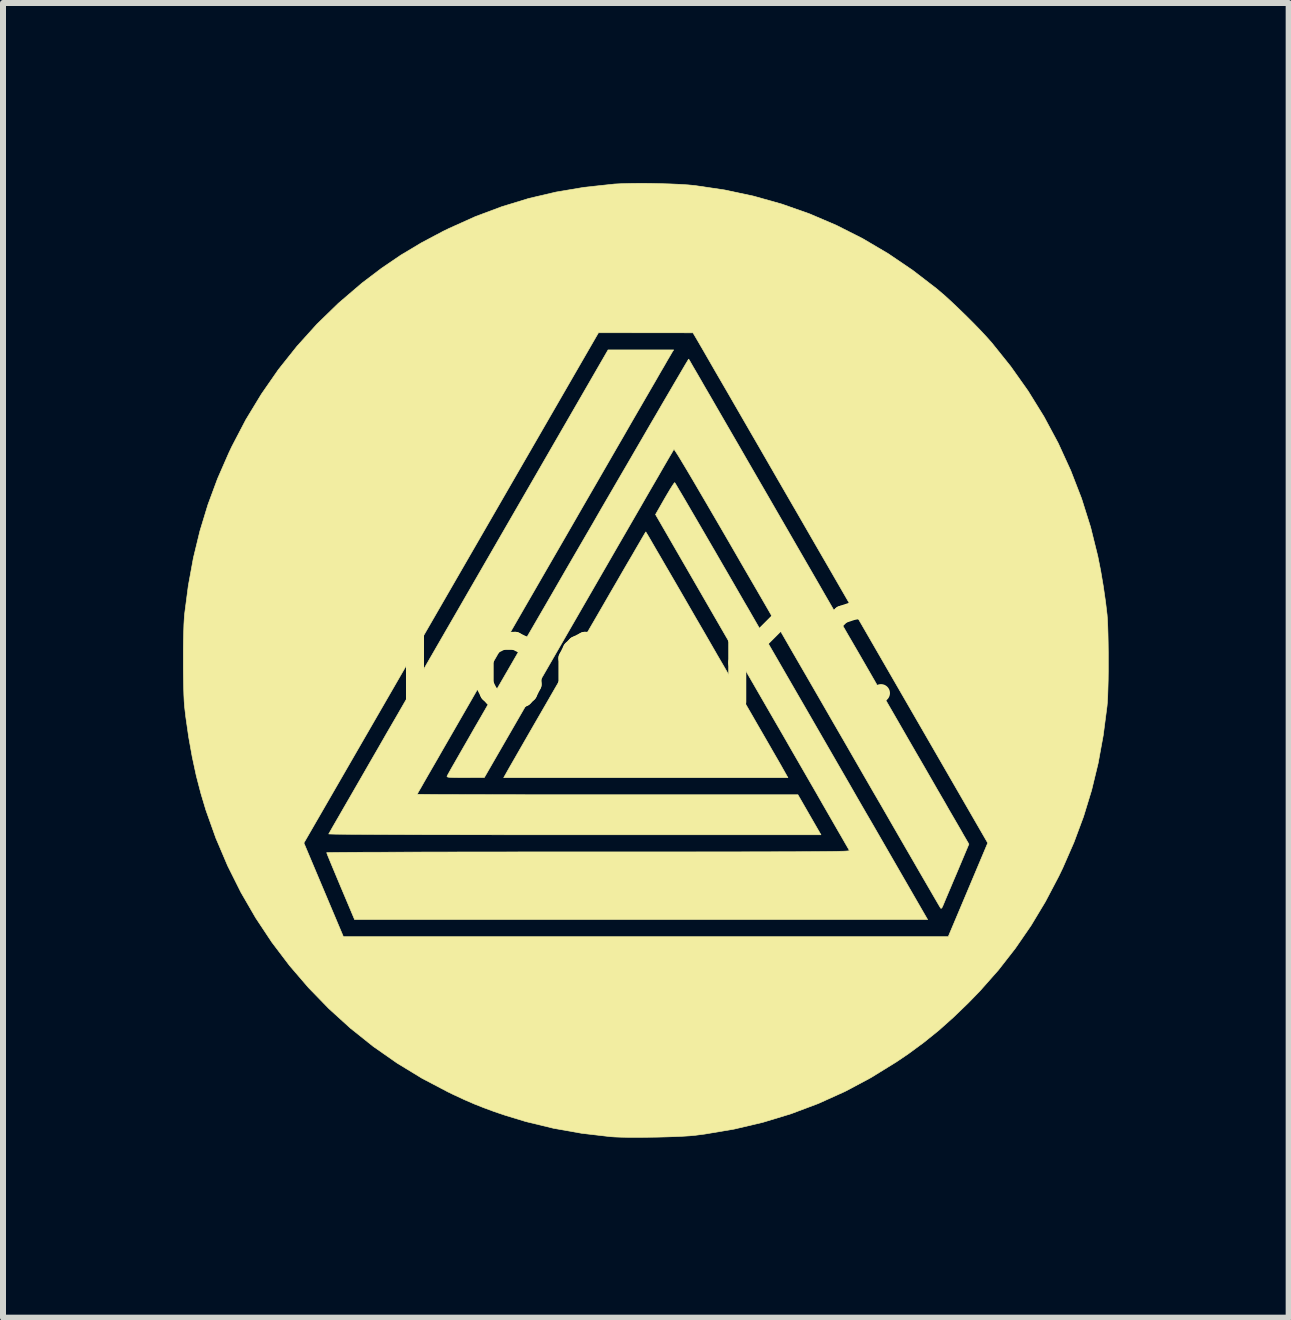
<source format=kicad_pcb>
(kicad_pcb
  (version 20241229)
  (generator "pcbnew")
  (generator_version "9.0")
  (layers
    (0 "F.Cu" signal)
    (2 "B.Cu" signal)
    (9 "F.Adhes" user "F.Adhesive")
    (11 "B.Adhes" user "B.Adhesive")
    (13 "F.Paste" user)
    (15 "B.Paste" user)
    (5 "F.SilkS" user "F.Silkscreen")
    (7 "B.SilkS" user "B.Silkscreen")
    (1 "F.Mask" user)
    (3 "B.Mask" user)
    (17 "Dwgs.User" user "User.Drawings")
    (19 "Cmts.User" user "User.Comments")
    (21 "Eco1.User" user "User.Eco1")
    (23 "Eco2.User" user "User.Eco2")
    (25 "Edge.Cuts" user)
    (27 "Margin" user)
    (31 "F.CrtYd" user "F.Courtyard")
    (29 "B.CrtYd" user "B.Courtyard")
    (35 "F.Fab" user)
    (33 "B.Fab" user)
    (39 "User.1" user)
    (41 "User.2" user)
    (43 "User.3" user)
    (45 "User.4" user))
  (footprint "LogoKC"
    (layer "F.Cu")
    (at 7.712 7.956)
    (property "Reference" "LogoKC" (at 0 0 0) (layer "F.SilkS") (effects (font (size 1.524 1.524) (thickness 0.3))))
    (attr through_hole)
    (fp_poly (pts (xy 0.008 -2.129) (xy 0.032 -2.09) (xy 0.069 -2.027) (xy 0.118 -1.942) (xy 0.179 -1.837) (xy 0.251 -1.714) (xy 0.332 -1.574) (xy 0.422 -1.42) (xy 0.519 -1.253) (xy 0.622 -1.075) (xy 0.73 -0.888) (xy 0.842 -0.694) (xy 0.958 -0.495) (xy 1.075 -0.292) (xy 1.193 -0.087) (xy 1.312 0.117) (xy 1.428 0.319) (xy 1.543 0.518) (xy 1.654 0.71) (xy 1.761 0.895) (xy 1.862 1.071) (xy 1.957 1.235) (xy 2.044 1.386) (xy 2.122 1.522) (xy 2.191 1.641) (xy 2.249 1.742) (xy 2.294 1.822) (xy 2.315 1.859) (xy 2.368 1.953) (xy -2.368 1.953) (xy -2.315 1.859) (xy -2.279 1.795) (xy -2.229 1.708) (xy -2.168 1.602) (xy -2.097 1.478) (xy -2.016 1.337) (xy -1.927 1.182) (xy -1.83 1.014) (xy -1.727 0.836) (xy -1.619 0.649) (xy -1.507 0.454) (xy -1.391 0.255) (xy -1.274 0.052) (xy -1.156 -0.152) (xy -1.038 -0.356) (xy -0.921 -0.558) (xy -0.806 -0.756) (xy -0.695 -0.948) (xy -0.589 -1.132) (xy -0.487 -1.307) (xy -0.393 -1.47) (xy -0.306 -1.62) (xy -0.227 -1.754) (xy -0.159 -1.872) (xy -0.101 -1.971) (xy -0.056 -2.049) (xy -0.023 -2.105) (xy -0.004 -2.136) (xy 0 -2.142) (xy 0.008 -2.129)) (stroke (width 0.01) (type solid)) (fill yes) (layer "F.SilkS"))
    (fp_poly (pts (xy 0.441 -5.14) (xy 0.43 -5.121) (xy 0.404 -5.076) (xy 0.363 -5.007) (xy 0.31 -4.914) (xy 0.243 -4.8) (xy 0.166 -4.665) (xy 0.077 -4.512) (xy -0.022 -4.341) (xy -0.131 -4.153) (xy -0.248 -3.951) (xy -0.372 -3.735) (xy -0.504 -3.507) (xy -0.642 -3.268) (xy -0.785 -3.02) (xy -0.933 -2.764) (xy -1.085 -2.501) (xy -1.239 -2.233) (xy -1.396 -1.961) (xy -1.555 -1.686) (xy -1.714 -1.411) (xy -1.873 -1.135) (xy -2.031 -0.862) (xy -2.187 -0.591) (xy -2.341 -0.324) (xy -2.491 -0.063) (xy -2.637 0.19) (xy -2.779 0.436) (xy -2.914 0.671) (xy -3.043 0.895) (xy -3.165 1.107) (xy -3.279 1.305) (xy -3.384 1.487) (xy -3.479 1.653) (xy -3.564 1.8) (xy -3.638 1.928) (xy -3.7 2.036) (xy -3.748 2.121) (xy -3.784 2.182) (xy -3.804 2.219) (xy -3.81 2.229) (xy -3.794 2.23) (xy -3.749 2.231) (xy -3.674 2.232) (xy -3.572 2.233) (xy -3.444 2.234) (xy -3.293 2.234) (xy -3.118 2.235) (xy -2.922 2.236) (xy -2.707 2.236) (xy -2.473 2.237) (xy -2.223 2.237) (xy -1.957 2.238) (xy -1.678 2.238) (xy -1.386 2.238) (xy -1.084 2.238) (xy -0.772 2.238) (xy -0.637 2.238) (xy 2.535 2.238) (xy 2.727 2.572) (xy 2.919 2.905) (xy -1.185 2.905) (xy -1.587 2.905) (xy -1.974 2.905) (xy -2.345 2.905) (xy -2.698 2.904) (xy -3.033 2.904) (xy -3.349 2.903) (xy -3.645 2.903) (xy -3.919 2.902) (xy -4.171 2.901) (xy -4.401 2.9) (xy -4.606 2.899) (xy -4.785 2.898) (xy -4.939 2.897) (xy -5.066 2.896) (xy -5.165 2.895) (xy -5.234 2.893) (xy -5.274 2.892) (xy -5.284 2.891) (xy -5.275 2.876) (xy -5.252 2.835) (xy -5.214 2.768) (xy -5.162 2.678) (xy -5.096 2.564) (xy -5.018 2.428) (xy -4.927 2.271) (xy -4.825 2.094) (xy -4.712 1.898) (xy -4.589 1.684) (xy -4.456 1.454) (xy -4.315 1.208) (xy -4.164 0.948) (xy -4.006 0.674) (xy -3.841 0.388) (xy -3.669 0.09) (xy -3.492 -0.217) (xy -3.309 -0.534) (xy -3.121 -0.859) (xy -2.954 -1.149) (xy -0.629 -5.175) (xy 0.464 -5.175) (xy 0.441 -5.14)) (stroke (width 0.01) (type solid)) (fill yes) (layer "F.SilkS"))
    (fp_poly (pts (xy 0.491 -2.95) (xy 0.515 -2.91) (xy 0.553 -2.845) (xy 0.605 -2.758) (xy 0.669 -2.649) (xy 0.744 -2.52) (xy 0.83 -2.373) (xy 0.926 -2.208) (xy 1.03 -2.029) (xy 1.143 -1.835) (xy 1.262 -1.629) (xy 1.388 -1.412) (xy 1.519 -1.185) (xy 1.654 -0.951) (xy 1.686 -0.897) (xy 1.842 -0.626) (xy 2.007 -0.34) (xy 2.178 -0.044) (xy 2.353 0.259) (xy 2.531 0.567) (xy 2.709 0.875) (xy 2.885 1.18) (xy 3.057 1.478) (xy 3.223 1.766) (xy 3.382 2.041) (xy 3.53 2.299) (xy 3.667 2.536) (xy 3.787 2.742) (xy 4.696 4.318) (xy -4.853 4.318) (xy -5.086 3.766) (xy -5.138 3.642) (xy -5.186 3.527) (xy -5.229 3.424) (xy -5.265 3.337) (xy -5.293 3.269) (xy -5.311 3.223) (xy -5.318 3.203) (xy -5.318 3.203) (xy -5.303 3.202) (xy -5.257 3.201) (xy -5.181 3.2) (xy -5.078 3.199) (xy -4.948 3.198) (xy -4.793 3.197) (xy -4.614 3.196) (xy -4.412 3.196) (xy -4.188 3.195) (xy -3.944 3.194) (xy -3.682 3.193) (xy -3.402 3.193) (xy -3.105 3.192) (xy -2.793 3.192) (xy -2.468 3.192) (xy -2.13 3.191) (xy -1.78 3.191) (xy -1.421 3.191) (xy -1.053 3.191) (xy -0.959 3.191) (xy -0.511 3.191) (xy -0.095 3.191) (xy 0.292 3.191) (xy 0.65 3.191) (xy 0.981 3.19) (xy 1.285 3.19) (xy 1.563 3.19) (xy 1.817 3.189) (xy 2.048 3.189) (xy 2.256 3.188) (xy 2.443 3.188) (xy 2.609 3.187) (xy 2.756 3.186) (xy 2.885 3.185) (xy 2.996 3.184) (xy 3.091 3.183) (xy 3.171 3.182) (xy 3.237 3.18) (xy 3.29 3.179) (xy 3.33 3.177) (xy 3.36 3.175) (xy 3.379 3.173) (xy 3.39 3.171) (xy 3.392 3.169) (xy 3.384 3.153) (xy 3.36 3.111) (xy 3.322 3.045) (xy 3.27 2.954) (xy 3.205 2.842) (xy 3.128 2.708) (xy 3.04 2.555) (xy 2.941 2.383) (xy 2.833 2.194) (xy 2.715 1.99) (xy 2.589 1.771) (xy 2.455 1.539) (xy 2.315 1.295) (xy 2.168 1.041) (xy 2.016 0.778) (xy 1.859 0.506) (xy 1.773 0.357) (xy 0.162 -2.432) (xy 0.315 -2.7) (xy 0.363 -2.782) (xy 0.406 -2.854) (xy 0.442 -2.911) (xy 0.468 -2.949) (xy 0.481 -2.964) (xy 0.481 -2.964) (xy 0.491 -2.95)) (stroke (width 0.01) (type solid)) (fill yes) (layer "F.SilkS"))
    (fp_poly (pts (xy 0.724 -5.007) (xy 0.748 -4.966) (xy 0.786 -4.899) (xy 0.839 -4.809) (xy 0.905 -4.695) (xy 0.983 -4.559) (xy 1.074 -4.403) (xy 1.176 -4.226) (xy 1.289 -4.031) (xy 1.412 -3.818) (xy 1.545 -3.589) (xy 1.686 -3.344) (xy 1.836 -3.085) (xy 1.994 -2.812) (xy 2.158 -2.528) (xy 2.329 -2.232) (xy 2.505 -1.927) (xy 2.687 -1.612) (xy 2.873 -1.29) (xy 2.985 -1.095) (xy 3.174 -0.768) (xy 3.359 -0.446) (xy 3.541 -0.133) (xy 3.717 0.172) (xy 3.887 0.468) (xy 4.051 0.752) (xy 4.208 1.024) (xy 4.357 1.283) (xy 4.498 1.527) (xy 4.631 1.756) (xy 4.753 1.968) (xy 4.865 2.163) (xy 4.967 2.338) (xy 5.056 2.494) (xy 5.134 2.628) (xy 5.199 2.74) (xy 5.25 2.828) (xy 5.286 2.892) (xy 5.308 2.93) (xy 5.314 2.94) (xy 5.384 3.061) (xy 5.178 3.551) (xy 5.127 3.67) (xy 5.08 3.782) (xy 5.037 3.883) (xy 5.001 3.968) (xy 4.973 4.035) (xy 4.955 4.078) (xy 4.949 4.093) (xy 4.932 4.126) (xy 4.918 4.131) (xy 4.911 4.124) (xy 4.902 4.109) (xy 4.877 4.067) (xy 4.838 4) (xy 4.785 3.909) (xy 4.719 3.795) (xy 4.64 3.659) (xy 4.549 3.502) (xy 4.447 3.325) (xy 4.334 3.13) (xy 4.211 2.917) (xy 4.079 2.688) (xy 3.938 2.443) (xy 3.788 2.185) (xy 3.631 1.913) (xy 3.468 1.63) (xy 3.298 1.335) (xy 3.122 1.031) (xy 2.942 0.718) (xy 2.757 0.398) (xy 2.69 0.282) (xy 2.456 -0.122) (xy 2.239 -0.499) (xy 2.036 -0.851) (xy 1.848 -1.176) (xy 1.673 -1.477) (xy 1.513 -1.754) (xy 1.366 -2.008) (xy 1.232 -2.239) (xy 1.11 -2.448) (xy 1 -2.637) (xy 0.902 -2.804) (xy 0.815 -2.953) (xy 0.739 -3.082) (xy 0.673 -3.193) (xy 0.617 -3.286) (xy 0.571 -3.363) (xy 0.534 -3.423) (xy 0.505 -3.468) (xy 0.485 -3.498) (xy 0.473 -3.515) (xy 0.468 -3.518) (xy 0.458 -3.502) (xy 0.434 -3.46) (xy 0.395 -3.394) (xy 0.342 -3.303) (xy 0.277 -3.191) (xy 0.2 -3.057) (xy 0.111 -2.904) (xy 0.012 -2.733) (xy -0.096 -2.545) (xy -0.214 -2.341) (xy -0.34 -2.123) (xy -0.474 -1.892) (xy -0.614 -1.649) (xy -0.76 -1.396) (xy -0.911 -1.134) (xy -1.067 -0.864) (xy -1.12 -0.772) (xy -2.691 1.951) (xy -3.006 1.952) (xy -3.114 1.952) (xy -3.195 1.951) (xy -3.251 1.949) (xy -3.287 1.946) (xy -3.306 1.941) (xy -3.313 1.934) (xy -3.312 1.929) (xy -3.302 1.909) (xy -3.277 1.864) (xy -3.238 1.794) (xy -3.185 1.702) (xy -3.12 1.588) (xy -3.043 1.454) (xy -2.955 1.301) (xy -2.858 1.131) (xy -2.75 0.945) (xy -2.635 0.745) (xy -2.512 0.531) (xy -2.382 0.306) (xy -2.246 0.071) (xy -2.105 -0.173) (xy -1.96 -0.425) (xy -1.811 -0.682) (xy -1.659 -0.944) (xy -1.505 -1.21) (xy -1.351 -1.477) (xy -1.196 -1.744) (xy -1.041 -2.011) (xy -0.888 -2.274) (xy -0.738 -2.535) (xy -0.59 -2.789) (xy -0.446 -3.037) (xy -0.306 -3.277) (xy -0.172 -3.508) (xy -0.044 -3.728) (xy 0.076 -3.935) (xy 0.189 -4.128) (xy 0.293 -4.307) (xy 0.388 -4.469) (xy 0.472 -4.613) (xy 0.545 -4.737) (xy 0.606 -4.841) (xy 0.654 -4.923) (xy 0.689 -4.981) (xy 0.709 -5.014) (xy 0.715 -5.021) (xy 0.724 -5.007)) (stroke (width 0.01) (type solid)) (fill yes) (layer "F.SilkS"))
    (fp_poly (pts (xy 0.066 -7.95) (xy 0.238 -7.946) (xy 0.406 -7.941) (xy 0.564 -7.934) (xy 0.704 -7.925) (xy 0.818 -7.914) (xy 1.312 -7.841) (xy 1.795 -7.738) (xy 2.268 -7.605) (xy 2.728 -7.443) (xy 3.177 -7.251) (xy 3.614 -7.03) (xy 4.038 -6.78) (xy 4.449 -6.501) (xy 4.848 -6.194) (xy 4.89 -6.158) (xy 4.987 -6.075) (xy 5.098 -5.973) (xy 5.219 -5.858) (xy 5.344 -5.737) (xy 5.468 -5.613) (xy 5.583 -5.494) (xy 5.685 -5.384) (xy 5.765 -5.294) (xy 6.081 -4.9) (xy 6.372 -4.489) (xy 6.636 -4.062) (xy 6.873 -3.62) (xy 7.081 -3.165) (xy 7.262 -2.698) (xy 7.412 -2.222) (xy 7.532 -1.738) (xy 7.58 -1.496) (xy 7.624 -1.236) (xy 7.662 -0.973) (xy 7.687 -0.762) (xy 7.693 -0.679) (xy 7.698 -0.569) (xy 7.702 -0.439) (xy 7.705 -0.293) (xy 7.707 -0.137) (xy 7.707 0.023) (xy 7.707 0.183) (xy 7.705 0.336) (xy 7.701 0.478) (xy 7.697 0.603) (xy 7.691 0.705) (xy 7.686 0.762) (xy 7.623 1.247) (xy 7.538 1.713) (xy 7.429 2.163) (xy 7.295 2.601) (xy 7.135 3.031) (xy 6.949 3.457) (xy 6.882 3.596) (xy 6.659 4.02) (xy 6.419 4.419) (xy 6.158 4.798) (xy 5.875 5.161) (xy 5.566 5.51) (xy 5.374 5.708) (xy 5.126 5.947) (xy 4.883 6.164) (xy 4.635 6.364) (xy 4.376 6.555) (xy 4.175 6.691) (xy 3.752 6.952) (xy 3.319 7.183) (xy 2.874 7.384) (xy 2.419 7.555) (xy 1.951 7.697) (xy 1.472 7.81) (xy 0.98 7.893) (xy 0.818 7.914) (xy 0.731 7.922) (xy 0.618 7.929) (xy 0.485 7.935) (xy 0.339 7.94) (xy 0.183 7.944) (xy 0.026 7.946) (xy -0.128 7.947) (xy -0.274 7.947) (xy -0.404 7.945) (xy -0.513 7.941) (xy -0.587 7.936) (xy -1.066 7.88) (xy -1.539 7.796) (xy -2.001 7.684) (xy -2.34 7.581) (xy -2.524 7.519) (xy -2.692 7.457) (xy -2.854 7.393) (xy -3.018 7.322) (xy -3.195 7.24) (xy -3.294 7.192) (xy -3.728 6.964) (xy -4.145 6.71) (xy -4.544 6.431) (xy -4.923 6.128) (xy -5.282 5.802) (xy -5.62 5.454) (xy -5.937 5.085) (xy -6.231 4.697) (xy -6.501 4.29) (xy -6.747 3.865) (xy -6.968 3.423) (xy -7.13 3.042) (xy -5.698 3.042) (xy -5.04 4.603) (xy 5.04 4.603) (xy 5.369 3.823) (xy 5.698 3.042) (xy 3.319 -1.079) (xy 3.125 -1.415) (xy 2.934 -1.745) (xy 2.748 -2.067) (xy 2.567 -2.381) (xy 2.391 -2.685) (xy 2.221 -2.979) (xy 2.059 -3.26) (xy 1.904 -3.529) (xy 1.757 -3.783) (xy 1.619 -4.022) (xy 1.49 -4.245) (xy 1.372 -4.45) (xy 1.264 -4.636) (xy 1.167 -4.803) (xy 1.083 -4.949) (xy 1.011 -5.074) (xy 0.953 -5.175) (xy 0.908 -5.252) (xy 0.878 -5.304) (xy 0.863 -5.329) (xy 0.863 -5.33) (xy 0.786 -5.46) (xy -0.789 -5.461) (xy -3.243 -1.21) (xy -5.698 3.042) (xy -7.13 3.042) (xy -7.163 2.966) (xy -7.331 2.494) (xy -7.414 2.217) (xy -7.491 1.922) (xy -7.559 1.606) (xy -7.618 1.276) (xy -7.666 0.942) (xy -7.687 0.762) (xy -7.693 0.679) (xy -7.698 0.57) (xy -7.702 0.439) (xy -7.705 0.294) (xy -7.707 0.138) (xy -7.707 -0.023) (xy -7.707 -0.182) (xy -7.705 -0.336) (xy -7.701 -0.478) (xy -7.697 -0.603) (xy -7.691 -0.705) (xy -7.687 -0.762) (xy -7.624 -1.245) (xy -7.539 -1.71) (xy -7.43 -2.159) (xy -7.297 -2.596) (xy -7.137 -3.028) (xy -6.95 -3.456) (xy -6.899 -3.564) (xy -6.665 -4.012) (xy -6.405 -4.44) (xy -6.122 -4.848) (xy -5.813 -5.236) (xy -5.481 -5.604) (xy -5.123 -5.952) (xy -4.741 -6.279) (xy -4.724 -6.293) (xy -4.405 -6.535) (xy -4.08 -6.756) (xy -3.739 -6.96) (xy -3.377 -7.152) (xy -3.278 -7.2) (xy -2.84 -7.397) (xy -2.399 -7.562) (xy -1.951 -7.699) (xy -1.494 -7.806) (xy -1.025 -7.885) (xy -0.542 -7.937) (xy -0.524 -7.939) (xy -0.405 -7.945) (xy -0.263 -7.949) (xy -0.104 -7.951) (xy 0.066 -7.95)) (stroke (width 0.01) (type solid)) (fill yes) (layer "F.SilkS")))
  (gr_rect
    (start -3 -3)
    (end 18.425 18.908)
    (stroke (width 0.1) (type default))
    (fill no)
    (layer "Edge.Cuts")))
</source>
